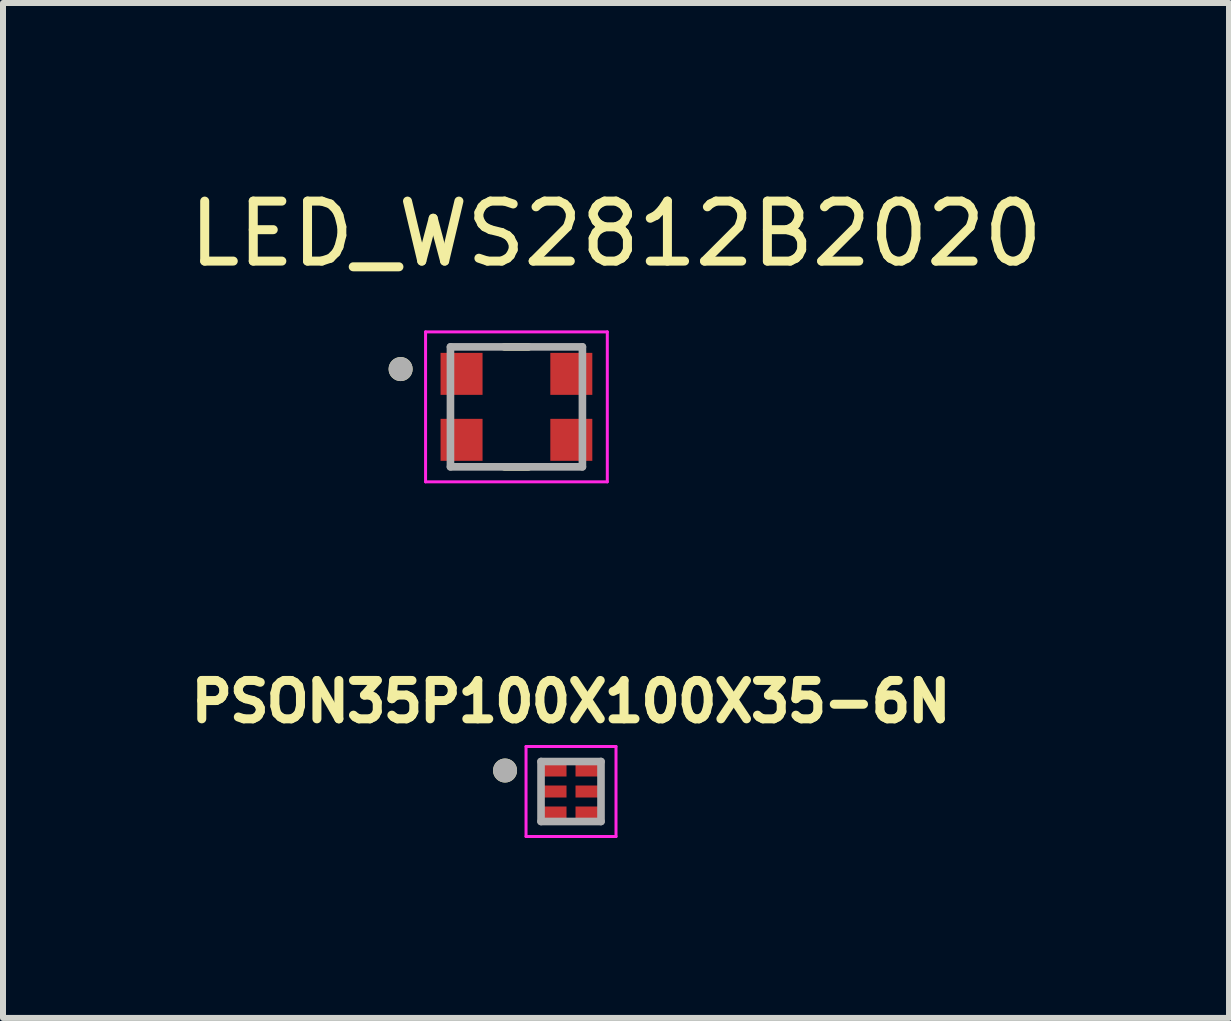
<source format=kicad_pcb>
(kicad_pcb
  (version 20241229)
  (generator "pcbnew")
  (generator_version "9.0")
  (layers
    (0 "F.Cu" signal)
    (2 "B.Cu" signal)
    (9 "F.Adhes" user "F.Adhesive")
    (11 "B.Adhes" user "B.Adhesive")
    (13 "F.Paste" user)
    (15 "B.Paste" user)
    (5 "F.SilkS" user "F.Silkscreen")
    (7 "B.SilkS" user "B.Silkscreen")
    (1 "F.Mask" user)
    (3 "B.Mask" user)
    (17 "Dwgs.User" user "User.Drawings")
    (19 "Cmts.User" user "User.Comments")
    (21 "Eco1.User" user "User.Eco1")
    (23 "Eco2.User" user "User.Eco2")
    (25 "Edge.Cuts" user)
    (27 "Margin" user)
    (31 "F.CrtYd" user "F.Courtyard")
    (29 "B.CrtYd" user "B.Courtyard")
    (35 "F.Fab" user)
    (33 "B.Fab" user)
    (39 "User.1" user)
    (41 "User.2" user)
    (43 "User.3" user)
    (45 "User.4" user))
  (footprint "PSON35P100X100X35-6N"
    (layer "F.Cu")
    (at 6.47 10.146)
    (property "Reference" "PSON35P100X100X35-6N" (at 0 -1.5 0) (layer "F.SilkS") (effects (font (size 0.64 0.64) (thickness 0.15))))
    (attr smd)
    (fp_poly (pts (xy -0.525 -0.5) (xy -0.025 -0.5) (xy -0.025 -0.2) (xy -0.525 -0.2)) (stroke (width 0.01) (type solid)) (fill yes) (layer "F.Mask"))
    (fp_poly (pts (xy -0.525 -0.15) (xy -0.025 -0.15) (xy -0.025 0.15) (xy -0.525 0.15)) (stroke (width 0.01) (type solid)) (fill yes) (layer "F.Mask"))
    (fp_poly (pts (xy -0.525 0.2) (xy -0.025 0.2) (xy -0.025 0.5) (xy -0.525 0.5)) (stroke (width 0.01) (type solid)) (fill yes) (layer "F.Mask"))
    (fp_poly (pts (xy 0.025 -0.5) (xy 0.525 -0.5) (xy 0.525 -0.2) (xy 0.025 -0.2)) (stroke (width 0.01) (type solid)) (fill yes) (layer "F.Mask"))
    (fp_poly (pts (xy 0.025 -0.15) (xy 0.525 -0.15) (xy 0.525 0.15) (xy 0.025 0.15)) (stroke (width 0.01) (type solid)) (fill yes) (layer "F.Mask"))
    (fp_poly (pts (xy 0.025 0.2) (xy 0.525 0.2) (xy 0.525 0.5) (xy 0.025 0.5)) (stroke (width 0.01) (type solid)) (fill yes) (layer "F.Mask"))
    (fp_circle (center -1.1 -0.35) (end -1 -0.35) (stroke (width 0.2) (type solid)) (fill no) (layer "F.SilkS"))
    (fp_line (start -0.75 -0.75) (end 0.75 -0.75) (stroke (width 0.05) (type solid)) (layer "F.CrtYd"))
    (fp_line (start -0.75 0.75) (end -0.75 -0.75) (stroke (width 0.05) (type solid)) (layer "F.CrtYd"))
    (fp_line (start 0.75 -0.75) (end 0.75 0.75) (stroke (width 0.05) (type solid)) (layer "F.CrtYd"))
    (fp_line (start 0.75 0.75) (end -0.75 0.75) (stroke (width 0.05) (type solid)) (layer "F.CrtYd"))
    (fp_line (start -0.5 -0.5) (end 0.5 -0.5) (stroke (width 0.127) (type solid)) (layer "F.Fab"))
    (fp_line (start -0.5 0.5) (end -0.5 -0.5) (stroke (width 0.127) (type solid)) (layer "F.Fab"))
    (fp_line (start 0.5 -0.5) (end 0.5 0.5) (stroke (width 0.127) (type solid)) (layer "F.Fab"))
    (fp_line (start 0.5 0.5) (end -0.5 0.5) (stroke (width 0.127) (type solid)) (layer "F.Fab"))
    (fp_circle (center -1.1 -0.35) (end -1 -0.35) (stroke (width 0.2) (type solid)) (fill no) (layer "F.Fab"))
    (pad "1" smd rect (at -0.275 -0.35) (size 0.4 0.2) (layers "F.Cu" "F.Paste"))
    (pad "2" smd rect (at -0.275 0) (size 0.4 0.2) (layers "F.Cu" "F.Paste"))
    (pad "3" smd rect (at -0.275 0.35) (size 0.4 0.2) (layers "F.Cu" "F.Paste"))
    (pad "4" smd rect (at 0.275 0.35) (size 0.4 0.2) (layers "F.Cu" "F.Paste"))
    (pad "5" smd rect (at 0.275 0) (size 0.4 0.2) (layers "F.Cu" "F.Paste"))
    (pad "6" smd rect (at 0.275 -0.35) (size 0.4 0.2) (layers "F.Cu" "F.Paste")))
  (footprint "LED_WS2812B2020"
    (layer "F.Cu")
    (at 5.56 3.733)
    (property "Reference" "LED_WS2812B2020" (at 1.66 -2.885 0) (layer "F.SilkS") (effects (font (size 1 1) (thickness 0.15))))
    (attr smd)
    (fp_line (start -0.2 -1) (end 0.2 -1) (stroke (width 0.127) (type solid)) (layer "F.SilkS"))
    (fp_line (start -0.2 1) (end 0.2 1) (stroke (width 0.127) (type solid)) (layer "F.SilkS"))
    (fp_circle (center -1.931 -0.63) (end -1.831 -0.63) (stroke (width 0.2) (type solid)) (fill no) (layer "F.SilkS"))
    (fp_line (start -1.515 -1.25) (end -1.515 1.25) (stroke (width 0.05) (type solid)) (layer "F.CrtYd"))
    (fp_line (start -1.515 1.25) (end 1.515 1.25) (stroke (width 0.05) (type solid)) (layer "F.CrtYd"))
    (fp_line (start 1.515 -1.25) (end -1.515 -1.25) (stroke (width 0.05) (type solid)) (layer "F.CrtYd"))
    (fp_line (start 1.515 1.25) (end 1.515 -1.25) (stroke (width 0.05) (type solid)) (layer "F.CrtYd"))
    (fp_line (start -1.1 -1) (end 1.1 -1) (stroke (width 0.127) (type solid)) (layer "F.Fab"))
    (fp_line (start -1.1 1) (end -1.1 -1) (stroke (width 0.127) (type solid)) (layer "F.Fab"))
    (fp_line (start 1.1 -1) (end 1.1 1) (stroke (width 0.127) (type solid)) (layer "F.Fab"))
    (fp_line (start 1.1 1) (end -1.1 1) (stroke (width 0.127) (type solid)) (layer "F.Fab"))
    (fp_circle (center -1.931 -0.63) (end -1.831 -0.63) (stroke (width 0.2) (type solid)) (fill no) (layer "F.Fab"))
    (pad "1" smd rect (at -0.915 -0.55) (size 0.7 0.7) (layers "F.Cu" "F.Mask" "F.Paste"))
    (pad "2" smd rect (at -0.915 0.55) (size 0.7 0.7) (layers "F.Cu" "F.Mask" "F.Paste"))
    (pad "3" smd rect (at 0.915 0.55) (size 0.7 0.7) (layers "F.Cu" "F.Mask" "F.Paste"))
    (pad "4" smd rect (at 0.915 -0.55) (size 0.7 0.7) (layers "F.Cu" "F.Mask" "F.Paste")))
  (gr_rect
    (start -3 -3)
    (end 17.44 13.921)
    (stroke (width 0.1) (type default))
    (fill no)
    (layer "Edge.Cuts")))
</source>
